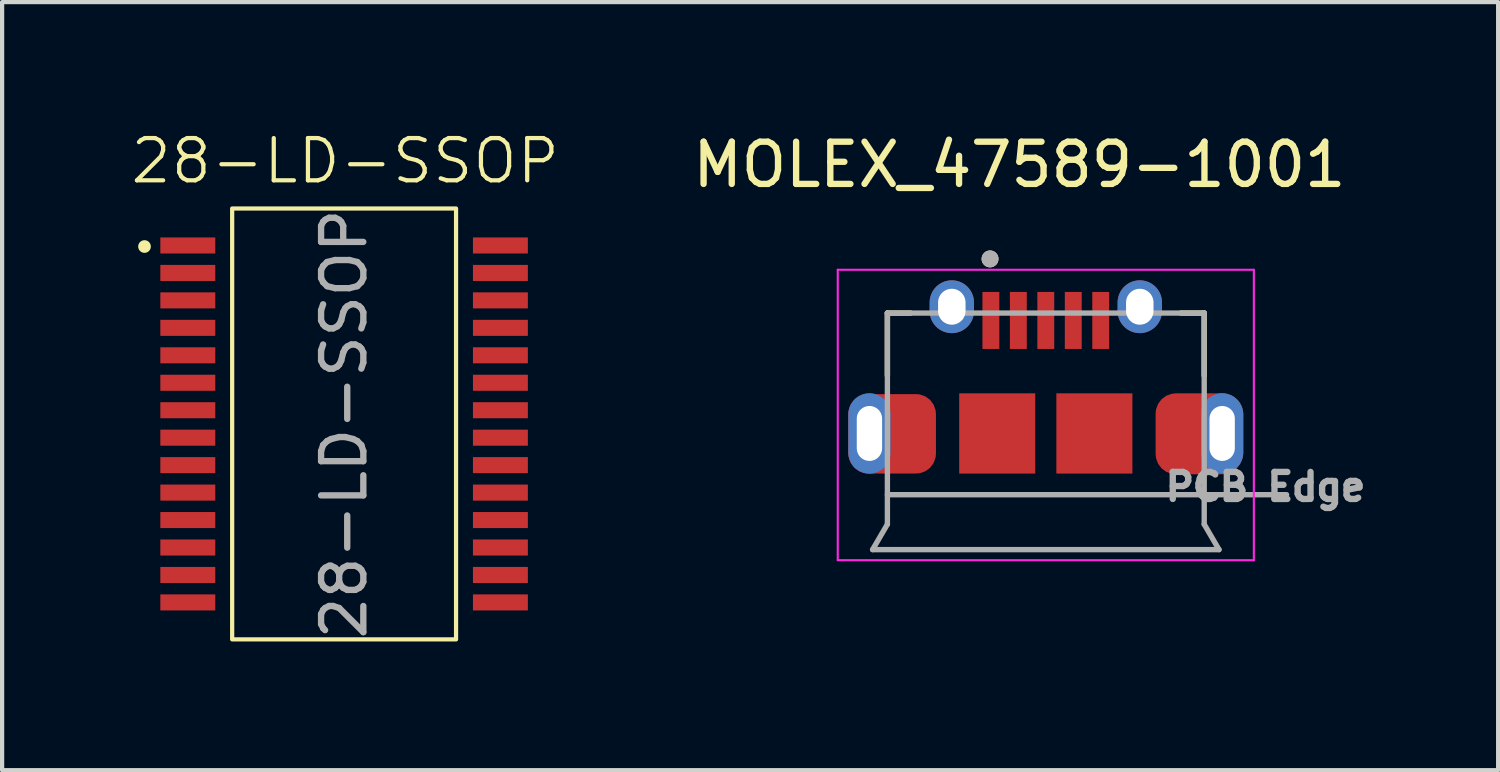
<source format=kicad_pcb>
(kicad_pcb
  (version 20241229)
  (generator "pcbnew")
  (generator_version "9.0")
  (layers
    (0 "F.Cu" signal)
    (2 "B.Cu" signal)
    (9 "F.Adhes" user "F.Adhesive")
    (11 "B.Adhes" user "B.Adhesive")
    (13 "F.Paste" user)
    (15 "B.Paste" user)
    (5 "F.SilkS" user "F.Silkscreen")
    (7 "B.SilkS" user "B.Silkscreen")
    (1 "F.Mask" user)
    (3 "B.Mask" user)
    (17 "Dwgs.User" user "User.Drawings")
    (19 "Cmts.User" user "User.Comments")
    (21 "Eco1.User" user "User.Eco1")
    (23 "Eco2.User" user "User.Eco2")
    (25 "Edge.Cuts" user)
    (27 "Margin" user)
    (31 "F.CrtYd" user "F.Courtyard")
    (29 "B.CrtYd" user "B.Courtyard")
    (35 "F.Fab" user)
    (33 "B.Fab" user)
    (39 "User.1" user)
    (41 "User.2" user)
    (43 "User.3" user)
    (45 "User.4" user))
  (footprint "MOLEX_47589-1001"
    (layer "F.Cu")
    (at 21.707 7.561)
    (property "Reference" "MOLEX_47589-1001" (at -0.625 -6.712 0) (layer "F.SilkS") (effects (font (size 1 1) (thickness 0.15))))
    (attr smd)
    (fp_poly (pts (xy -4.775 -0.7) (xy -4.775 0) (xy -4.774 0.037) (xy -4.771 0.073) (xy -4.766 0.11) (xy -4.76 0.146) (xy -4.751 0.181) (xy -4.741 0.216) (xy -4.729 0.251) (xy -4.714 0.285) (xy -4.699 0.318) (xy -4.681 0.35) (xy -4.662 0.381) (xy -4.641 0.411) (xy -4.619 0.441) (xy -4.595 0.468) (xy -4.57 0.495) (xy -4.543 0.52) (xy -4.516 0.544) (xy -4.486 0.566) (xy -4.456 0.587) (xy -4.425 0.606) (xy -4.393 0.624) (xy -4.36 0.639) (xy -4.326 0.654) (xy -4.291 0.666) (xy -4.256 0.676) (xy -4.221 0.685) (xy -4.185 0.691) (xy -4.148 0.696) (xy -4.112 0.699) (xy -4.075 0.7) (xy -2.5 0.7) (xy -2.5 -1.4) (xy -4.075 -1.4) (xy -4.112 -1.399) (xy -4.148 -1.396) (xy -4.185 -1.391) (xy -4.221 -1.385) (xy -4.256 -1.376) (xy -4.291 -1.366) (xy -4.326 -1.354) (xy -4.36 -1.339) (xy -4.393 -1.324) (xy -4.425 -1.306) (xy -4.456 -1.287) (xy -4.486 -1.266) (xy -4.516 -1.244) (xy -4.543 -1.22) (xy -4.57 -1.195) (xy -4.595 -1.168) (xy -4.619 -1.141) (xy -4.641 -1.111) (xy -4.662 -1.081) (xy -4.681 -1.05) (xy -4.699 -1.018) (xy -4.714 -0.985) (xy -4.729 -0.951) (xy -4.741 -0.916) (xy -4.751 -0.881) (xy -4.76 -0.846) (xy -4.766 -0.81) (xy -4.771 -0.773) (xy -4.774 -0.737) (xy -4.775 -0.7)) (stroke (width 0.01) (type solid)) (fill yes) (layer "F.Mask"))
    (fp_poly (pts (xy 4.775 0) (xy 4.775 -0.7) (xy 4.774 -0.737) (xy 4.771 -0.773) (xy 4.766 -0.81) (xy 4.76 -0.846) (xy 4.751 -0.881) (xy 4.741 -0.916) (xy 4.729 -0.951) (xy 4.714 -0.985) (xy 4.699 -1.018) (xy 4.681 -1.05) (xy 4.662 -1.081) (xy 4.641 -1.111) (xy 4.619 -1.141) (xy 4.595 -1.168) (xy 4.57 -1.195) (xy 4.543 -1.22) (xy 4.516 -1.244) (xy 4.486 -1.266) (xy 4.456 -1.287) (xy 4.425 -1.306) (xy 4.393 -1.324) (xy 4.36 -1.339) (xy 4.326 -1.354) (xy 4.291 -1.366) (xy 4.256 -1.376) (xy 4.221 -1.385) (xy 4.185 -1.391) (xy 4.148 -1.396) (xy 4.112 -1.399) (xy 4.075 -1.4) (xy 2.5 -1.4) (xy 2.5 0.7) (xy 4.075 0.7) (xy 4.112 0.699) (xy 4.148 0.696) (xy 4.185 0.691) (xy 4.221 0.685) (xy 4.256 0.676) (xy 4.291 0.666) (xy 4.326 0.654) (xy 4.36 0.639) (xy 4.393 0.624) (xy 4.425 0.606) (xy 4.456 0.587) (xy 4.486 0.566) (xy 4.516 0.544) (xy 4.543 0.52) (xy 4.57 0.495) (xy 4.595 0.468) (xy 4.619 0.441) (xy 4.641 0.411) (xy 4.662 0.381) (xy 4.681 0.35) (xy 4.699 0.318) (xy 4.714 0.285) (xy 4.729 0.251) (xy 4.741 0.216) (xy 4.751 0.181) (xy 4.76 0.146) (xy 4.766 0.11) (xy 4.771 0.073) (xy 4.774 0.037) (xy 4.775 0)) (stroke (width 0.01) (type solid)) (fill yes) (layer "F.Mask"))
    (fp_poly (pts (xy -4.175 0.7) (xy -4.206 0.699) (xy -4.238 0.697) (xy -4.269 0.693) (xy -4.3 0.687) (xy -4.33 0.68) (xy -4.36 0.671) (xy -4.39 0.66) (xy -4.419 0.648) (xy -4.447 0.635) (xy -4.475 0.62) (xy -4.502 0.603) (xy -4.528 0.585) (xy -4.553 0.566) (xy -4.576 0.546) (xy -4.599 0.524) (xy -4.621 0.501) (xy -4.641 0.478) (xy -4.66 0.453) (xy -4.678 0.427) (xy -4.695 0.4) (xy -4.71 0.372) (xy -4.723 0.344) (xy -4.735 0.315) (xy -4.746 0.285) (xy -4.755 0.255) (xy -4.762 0.225) (xy -4.768 0.194) (xy -4.772 0.163) (xy -4.774 0.131) (xy -4.775 0.1) (xy -4.775 -0.8) (xy -4.774 -0.831) (xy -4.772 -0.863) (xy -4.768 -0.894) (xy -4.762 -0.925) (xy -4.755 -0.955) (xy -4.746 -0.985) (xy -4.735 -1.015) (xy -4.723 -1.044) (xy -4.71 -1.072) (xy -4.695 -1.1) (xy -4.678 -1.127) (xy -4.66 -1.153) (xy -4.641 -1.178) (xy -4.621 -1.201) (xy -4.599 -1.224) (xy -4.576 -1.246) (xy -4.553 -1.266) (xy -4.528 -1.285) (xy -4.502 -1.303) (xy -4.475 -1.32) (xy -4.447 -1.335) (xy -4.419 -1.348) (xy -4.39 -1.36) (xy -4.36 -1.371) (xy -4.33 -1.38) (xy -4.3 -1.387) (xy -4.269 -1.393) (xy -4.238 -1.397) (xy -4.206 -1.399) (xy -4.175 -1.4) (xy -4.144 -1.399) (xy -4.112 -1.397) (xy -4.081 -1.393) (xy -4.05 -1.387) (xy -4.02 -1.38) (xy -3.99 -1.371) (xy -3.96 -1.36) (xy -3.931 -1.348) (xy -3.903 -1.335) (xy -3.875 -1.32) (xy -3.848 -1.303) (xy -3.822 -1.285) (xy -3.797 -1.266) (xy -3.774 -1.246) (xy -3.751 -1.224) (xy -3.729 -1.201) (xy -3.709 -1.178) (xy -3.69 -1.153) (xy -3.672 -1.127) (xy -3.655 -1.1) (xy -3.64 -1.072) (xy -3.627 -1.044) (xy -3.615 -1.015) (xy -3.604 -0.985) (xy -3.595 -0.955) (xy -3.588 -0.925) (xy -3.582 -0.894) (xy -3.578 -0.863) (xy -3.576 -0.831) (xy -3.575 -0.8) (xy -3.575 0.1) (xy -3.576 0.131) (xy -3.578 0.163) (xy -3.582 0.194) (xy -3.588 0.225) (xy -3.595 0.255) (xy -3.604 0.285) (xy -3.615 0.315) (xy -3.627 0.344) (xy -3.64 0.372) (xy -3.655 0.4) (xy -3.672 0.427) (xy -3.69 0.453) (xy -3.709 0.478) (xy -3.729 0.501) (xy -3.751 0.524) (xy -3.774 0.546) (xy -3.797 0.566) (xy -3.822 0.585) (xy -3.848 0.603) (xy -3.875 0.62) (xy -3.903 0.635) (xy -3.931 0.648) (xy -3.96 0.66) (xy -3.99 0.671) (xy -4.02 0.68) (xy -4.05 0.687) (xy -4.081 0.693) (xy -4.112 0.697) (xy -4.144 0.699) (xy -4.175 0.7)) (stroke (width 0.01) (type solid)) (fill yes) (layer "B.Mask"))
    (fp_poly (pts (xy 4.175 0.7) (xy 4.144 0.699) (xy 4.112 0.697) (xy 4.081 0.693) (xy 4.05 0.687) (xy 4.02 0.68) (xy 3.99 0.671) (xy 3.96 0.66) (xy 3.931 0.648) (xy 3.903 0.635) (xy 3.875 0.62) (xy 3.848 0.603) (xy 3.822 0.585) (xy 3.797 0.566) (xy 3.774 0.546) (xy 3.751 0.524) (xy 3.729 0.501) (xy 3.709 0.478) (xy 3.69 0.453) (xy 3.672 0.427) (xy 3.655 0.4) (xy 3.64 0.372) (xy 3.627 0.344) (xy 3.615 0.315) (xy 3.604 0.285) (xy 3.595 0.255) (xy 3.588 0.225) (xy 3.582 0.194) (xy 3.578 0.163) (xy 3.576 0.131) (xy 3.575 0.1) (xy 3.575 -0.8) (xy 3.576 -0.831) (xy 3.578 -0.863) (xy 3.582 -0.894) (xy 3.588 -0.925) (xy 3.595 -0.955) (xy 3.604 -0.985) (xy 3.615 -1.015) (xy 3.627 -1.044) (xy 3.64 -1.072) (xy 3.655 -1.1) (xy 3.672 -1.127) (xy 3.69 -1.153) (xy 3.709 -1.178) (xy 3.729 -1.201) (xy 3.751 -1.224) (xy 3.774 -1.246) (xy 3.797 -1.266) (xy 3.822 -1.285) (xy 3.848 -1.303) (xy 3.875 -1.32) (xy 3.903 -1.335) (xy 3.931 -1.348) (xy 3.96 -1.36) (xy 3.99 -1.371) (xy 4.02 -1.38) (xy 4.05 -1.387) (xy 4.081 -1.393) (xy 4.112 -1.397) (xy 4.144 -1.399) (xy 4.175 -1.4) (xy 4.206 -1.399) (xy 4.238 -1.397) (xy 4.269 -1.393) (xy 4.3 -1.387) (xy 4.33 -1.38) (xy 4.36 -1.371) (xy 4.39 -1.36) (xy 4.419 -1.348) (xy 4.447 -1.335) (xy 4.475 -1.32) (xy 4.502 -1.303) (xy 4.528 -1.285) (xy 4.553 -1.266) (xy 4.576 -1.246) (xy 4.599 -1.224) (xy 4.621 -1.201) (xy 4.641 -1.178) (xy 4.66 -1.153) (xy 4.678 -1.127) (xy 4.695 -1.1) (xy 4.71 -1.072) (xy 4.723 -1.044) (xy 4.735 -1.015) (xy 4.746 -0.985) (xy 4.755 -0.955) (xy 4.762 -0.925) (xy 4.768 -0.894) (xy 4.772 -0.863) (xy 4.774 -0.831) (xy 4.775 -0.8) (xy 4.775 0.1) (xy 4.774 0.131) (xy 4.772 0.163) (xy 4.768 0.194) (xy 4.762 0.225) (xy 4.755 0.255) (xy 4.746 0.285) (xy 4.735 0.315) (xy 4.723 0.344) (xy 4.71 0.372) (xy 4.695 0.4) (xy 4.678 0.427) (xy 4.66 0.453) (xy 4.641 0.478) (xy 4.621 0.501) (xy 4.599 0.524) (xy 4.576 0.546) (xy 4.553 0.566) (xy 4.528 0.585) (xy 4.502 0.603) (xy 4.475 0.62) (xy 4.447 0.635) (xy 4.419 0.648) (xy 4.39 0.66) (xy 4.36 0.671) (xy 4.33 0.68) (xy 4.3 0.687) (xy 4.269 0.693) (xy 4.238 0.697) (xy 4.206 0.699) (xy 4.175 0.7)) (stroke (width 0.01) (type solid)) (fill yes) (layer "B.Mask"))
    (fp_line (start -3.75 -3.2) (end -3.2 -3.2) (stroke (width 0.127) (type solid)) (layer "F.SilkS"))
    (fp_line (start -3.75 -1.72) (end -3.75 -3.2) (stroke (width 0.127) (type solid)) (layer "F.SilkS"))
    (fp_line (start 3.75 -3.2) (end 3.2 -3.2) (stroke (width 0.127) (type solid)) (layer "F.SilkS"))
    (fp_line (start 3.75 -1.72) (end 3.75 -3.2) (stroke (width 0.127) (type solid)) (layer "F.SilkS"))
    (fp_circle (center -1.32 -4.482) (end -1.22 -4.482) (stroke (width 0.2) (type solid)) (fill no) (layer "F.SilkS"))
    (fp_line (start -4.925 -4.225) (end 4.925 -4.225) (stroke (width 0.05) (type solid)) (layer "F.CrtYd"))
    (fp_line (start -4.925 2.65) (end -4.925 -4.225) (stroke (width 0.05) (type solid)) (layer "F.CrtYd"))
    (fp_line (start 4.925 -4.225) (end 4.925 2.65) (stroke (width 0.05) (type solid)) (layer "F.CrtYd"))
    (fp_line (start 4.925 2.65) (end -4.925 2.65) (stroke (width 0.05) (type solid)) (layer "F.CrtYd"))
    (fp_line (start -4.1 2.4) (end -3.75 1.8) (stroke (width 0.127) (type solid)) (layer "F.Fab"))
    (fp_line (start -4.1 2.4) (end 4.1 2.4) (stroke (width 0.127) (type solid)) (layer "F.Fab"))
    (fp_line (start -3.75 -3.2) (end 3.75 -3.2) (stroke (width 0.127) (type solid)) (layer "F.Fab"))
    (fp_line (start -3.75 1.1) (end 3.75 1.1) (stroke (width 0.127) (type solid)) (layer "F.Fab"))
    (fp_line (start -3.75 1.8) (end -3.75 -3.2) (stroke (width 0.127) (type solid)) (layer "F.Fab"))
    (fp_line (start 3.75 -3.2) (end 3.75 1.1) (stroke (width 0.127) (type solid)) (layer "F.Fab"))
    (fp_line (start 3.75 1.1) (end 3.75 1.8) (stroke (width 0.127) (type solid)) (layer "F.Fab"))
    (fp_line (start 3.75 1.1) (end 5.7 1.1) (stroke (width 0.127) (type solid)) (layer "F.Fab"))
    (fp_line (start 4.1 2.4) (end 3.75 1.8) (stroke (width 0.127) (type solid)) (layer "F.Fab"))
    (fp_circle (center -1.32 -4.482) (end -1.22 -4.482) (stroke (width 0.2) (type solid)) (fill no) (layer "F.Fab"))
    (fp_text user "PCB Edge" (at 5.2 0.912 0) (layer "F.Fab") (effects (font (size 0.64 0.64) (thickness 0.15))))
    (pad "1" smd rect (at -1.3 -3.025) (size 0.4 1.35) (layers "F.Cu" "F.Mask" "F.Paste"))
    (pad "2" smd rect (at -0.65 -3.025) (size 0.4 1.35) (layers "F.Cu" "F.Mask" "F.Paste"))
    (pad "3" smd rect (at 0 -3.025) (size 0.4 1.35) (layers "F.Cu" "F.Mask" "F.Paste"))
    (pad "4" smd rect (at 0.65 -3.025) (size 0.4 1.35) (layers "F.Cu" "F.Mask" "F.Paste"))
    (pad "5" smd rect (at 1.3 -3.025) (size 0.4 1.35) (layers "F.Cu" "F.Mask" "F.Paste"))
    (pad "SH1" thru_hole oval (at -4.175 -0.35) (size 1 1.9) (drill oval 0.6 1.3) (layers "*.Cu"))
    (pad "SH1" smd roundrect (at -3.636 -0.341) (size 2.071 1.881) (layers "F.Cu" "F.Mask" "F.Paste") (roundrect_rratio 0.25))
    (pad "SH2" smd rect (at -1.15 -0.35) (size 1.8 1.9) (layers "F.Cu" "F.Mask" "F.Paste"))
    (pad "SH3" smd rect (at 1.15 -0.35) (size 1.8 1.9) (layers "F.Cu" "F.Mask" "F.Paste"))
    (pad "SH4" smd roundrect (at 3.63 -0.342) (size 2.061 1.915) (layers "F.Cu" "F.Mask" "F.Paste") (roundrect_rratio 0.25))
    (pad "SH4" thru_hole oval (at 4.175 -0.35) (size 1 1.9) (drill oval 0.6 1.3) (layers "*.Cu"))
    (pad "SH5" thru_hole oval (at -2.225 -3.35) (size 1.05 1.25) (drill oval 0.65 0.85) (layers "*.Cu" "*.Mask"))
    (pad "SH6" thru_hole oval (at 2.225 -3.35) (size 1.05 1.25) (drill oval 0.65 0.85) (layers "*.Cu" "*.Mask")))
  (footprint "28-LD-SSOP"
    (layer "F.Cu")
    (at 5.096 6.986)
    (property "Reference" "28-LD-SSOP" (at 0.025 -6.225 0) (unlocked yes) (layer "F.SilkS") (effects (font (size 1 1) (thickness 0.1))))
    (attr smd)
    (fp_rect (start -2.65 -5.1) (end 2.65 5.1) (stroke (width 0.1) (type default)) (fill no) (layer "F.SilkS"))
    (fp_circle (center -4.725 -4.2) (end -4.625 -4.2) (stroke (width 0.1) (type solid)) (fill yes) (layer "F.SilkS"))
    (fp_text user "${REFERENCE}" (at 0 0 90) (unlocked yes) (layer "F.Fab") (effects (font (size 1 1) (thickness 0.15))))
    (pad "1" smd rect (at -3.7 -4.225) (size 1.3 0.38) (layers "F.Cu" "F.Mask" "F.Paste"))
    (pad "2" smd rect (at -3.7 -3.575) (size 1.3 0.38) (layers "F.Cu" "F.Mask" "F.Paste"))
    (pad "3" smd rect (at -3.7 -2.925) (size 1.3 0.38) (layers "F.Cu" "F.Mask" "F.Paste"))
    (pad "4" smd rect (at -3.7 -2.275) (size 1.3 0.38) (layers "F.Cu" "F.Mask" "F.Paste"))
    (pad "5" smd rect (at -3.7 -1.625) (size 1.3 0.38) (layers "F.Cu" "F.Mask" "F.Paste"))
    (pad "6" smd rect (at -3.7 -0.975) (size 1.3 0.38) (layers "F.Cu" "F.Mask" "F.Paste"))
    (pad "7" smd rect (at -3.7 -0.325) (size 1.3 0.38) (layers "F.Cu" "F.Mask" "F.Paste"))
    (pad "8" smd rect (at -3.7 0.325) (size 1.3 0.38) (layers "F.Cu" "F.Mask" "F.Paste"))
    (pad "9" smd rect (at -3.7 0.975) (size 1.3 0.38) (layers "F.Cu" "F.Mask" "F.Paste"))
    (pad "10" smd rect (at -3.7 1.625) (size 1.3 0.38) (layers "F.Cu" "F.Mask" "F.Paste"))
    (pad "11" smd rect (at -3.7 2.275) (size 1.3 0.38) (layers "F.Cu" "F.Mask" "F.Paste"))
    (pad "12" smd rect (at -3.7 2.925) (size 1.3 0.38) (layers "F.Cu" "F.Mask" "F.Paste"))
    (pad "13" smd rect (at -3.7 3.575) (size 1.3 0.38) (layers "F.Cu" "F.Mask" "F.Paste"))
    (pad "14" smd rect (at -3.7 4.225) (size 1.3 0.38) (layers "F.Cu" "F.Mask" "F.Paste"))
    (pad "15" smd rect (at 3.7 4.225) (size 1.3 0.38) (layers "F.Cu" "F.Mask" "F.Paste"))
    (pad "16" smd rect (at 3.7 3.575) (size 1.3 0.38) (layers "F.Cu" "F.Mask" "F.Paste"))
    (pad "17" smd rect (at 3.7 2.925) (size 1.3 0.38) (layers "F.Cu" "F.Mask" "F.Paste"))
    (pad "18" smd rect (at 3.7 2.275) (size 1.3 0.38) (layers "F.Cu" "F.Mask" "F.Paste"))
    (pad "19" smd rect (at 3.7 1.625) (size 1.3 0.38) (layers "F.Cu" "F.Mask" "F.Paste"))
    (pad "20" smd rect (at 3.7 0.975) (size 1.3 0.38) (layers "F.Cu" "F.Mask" "F.Paste"))
    (pad "21" smd rect (at 3.7 0.325) (size 1.3 0.38) (layers "F.Cu" "F.Mask" "F.Paste"))
    (pad "22" smd rect (at 3.7 -0.325) (size 1.3 0.38) (layers "F.Cu" "F.Mask" "F.Paste"))
    (pad "23" smd rect (at 3.7 -0.975) (size 1.3 0.38) (layers "F.Cu" "F.Mask" "F.Paste"))
    (pad "24" smd rect (at 3.7 -1.625) (size 1.3 0.38) (layers "F.Cu" "F.Mask" "F.Paste"))
    (pad "25" smd rect (at 3.7 -2.275) (size 1.3 0.38) (layers "F.Cu" "F.Mask" "F.Paste"))
    (pad "26" smd rect (at 3.7 -2.925) (size 1.3 0.38) (layers "F.Cu" "F.Mask" "F.Paste"))
    (pad "27" smd rect (at 3.7 -3.575) (size 1.3 0.38) (layers "F.Cu" "F.Mask" "F.Paste"))
    (pad "28" smd rect (at 3.7 -4.225) (size 1.3 0.38) (layers "F.Cu" "F.Mask" "F.Paste")))
  (gr_rect
    (start -3 -3)
    (end 32.415 15.182)
    (stroke (width 0.1) (type default))
    (fill no)
    (layer "Edge.Cuts")))
</source>
